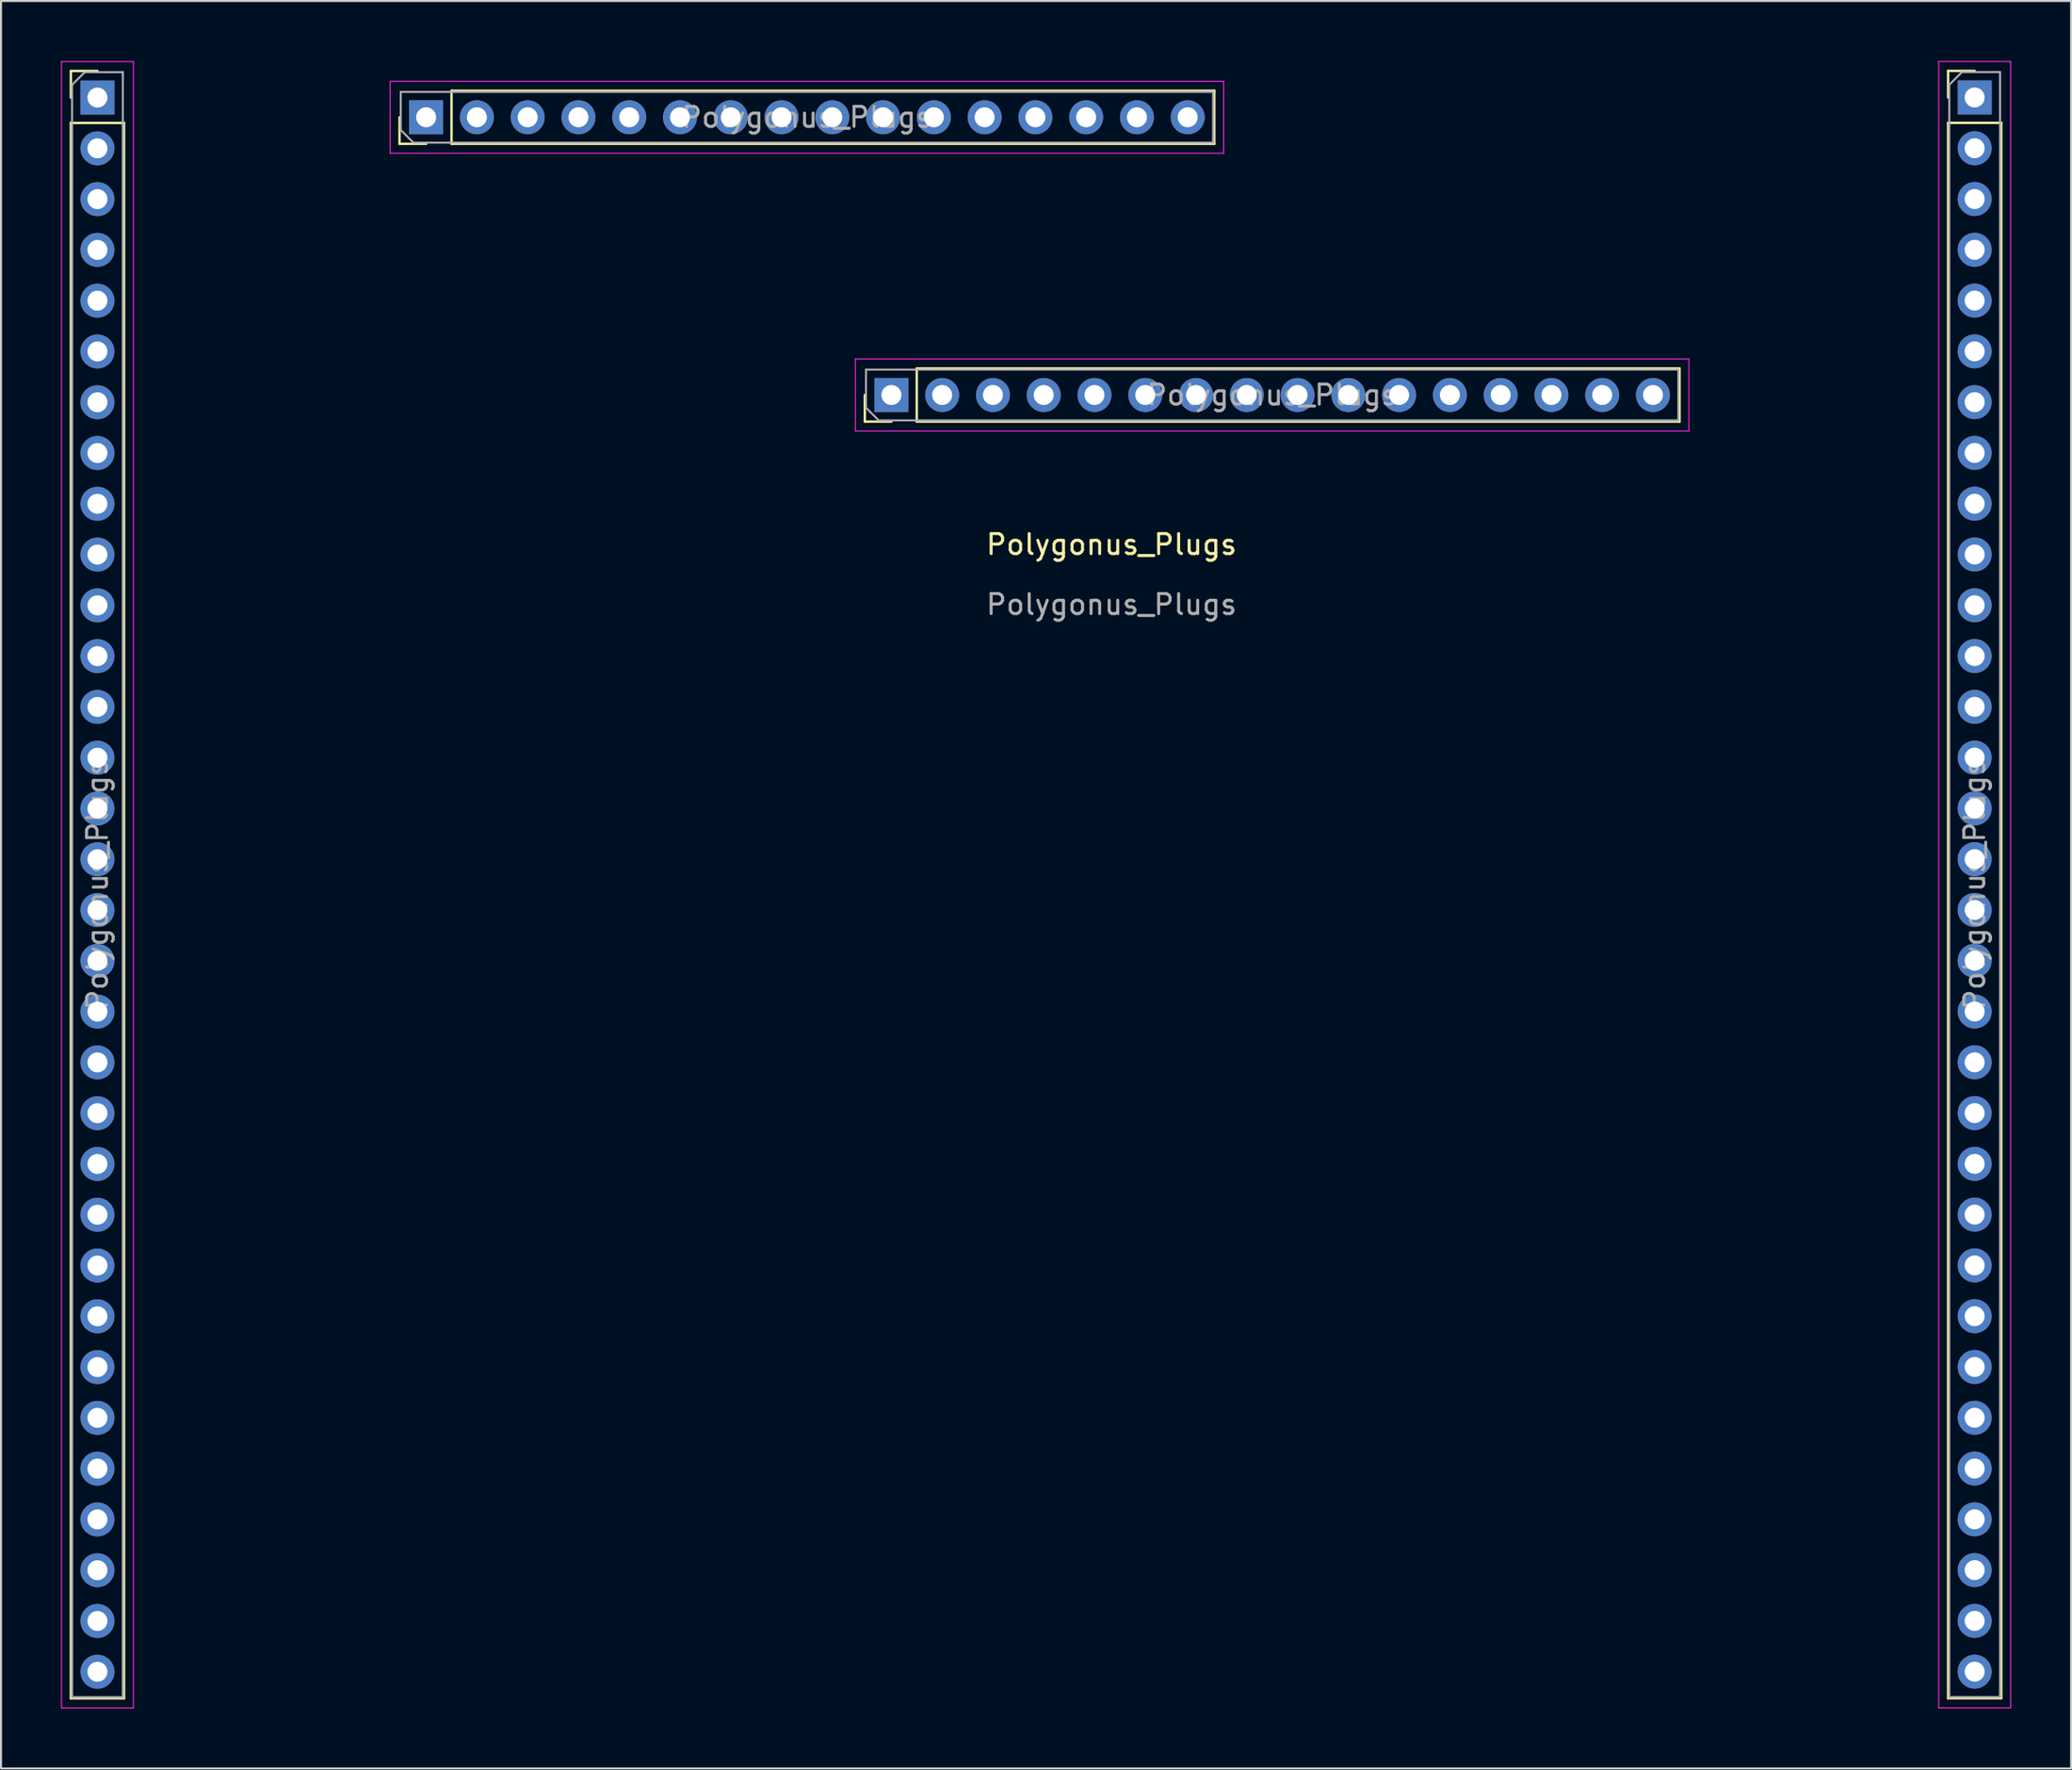
<source format=kicad_pcb>
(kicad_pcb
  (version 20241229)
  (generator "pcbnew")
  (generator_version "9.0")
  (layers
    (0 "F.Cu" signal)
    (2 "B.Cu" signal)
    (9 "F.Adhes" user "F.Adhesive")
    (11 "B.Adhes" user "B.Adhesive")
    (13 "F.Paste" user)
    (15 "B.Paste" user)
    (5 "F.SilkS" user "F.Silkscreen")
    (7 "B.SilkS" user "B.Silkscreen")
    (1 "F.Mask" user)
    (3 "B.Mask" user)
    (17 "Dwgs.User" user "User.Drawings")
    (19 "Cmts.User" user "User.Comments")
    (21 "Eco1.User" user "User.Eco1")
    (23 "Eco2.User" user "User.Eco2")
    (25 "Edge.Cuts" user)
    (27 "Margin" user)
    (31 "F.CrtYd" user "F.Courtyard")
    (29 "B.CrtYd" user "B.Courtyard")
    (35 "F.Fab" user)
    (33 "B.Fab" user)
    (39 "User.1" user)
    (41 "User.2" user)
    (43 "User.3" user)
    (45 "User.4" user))
  (footprint "Polygonus_Plugs"
    (layer "F.Cu")
    (at 52.558 24.685)
    (property "Reference" "Polygonus_Plugs" (at 0 -0.5 0) (unlocked yes) (layer "F.SilkS") (effects (font (size 1 1) (thickness 0.15))))
    (attr through_hole)
    (fp_line (start -52.063 -24.185) (end -50.733 -24.185) (stroke (width 0.12) (type solid)) (layer "F.SilkS"))
    (fp_line (start -52.063 -22.855) (end -52.063 -24.185) (stroke (width 0.12) (type solid)) (layer "F.SilkS"))
    (fp_line (start -52.063 -21.585) (end -52.063 57.215) (stroke (width 0.12) (type solid)) (layer "F.SilkS"))
    (fp_line (start -52.063 -21.585) (end -49.403 -21.585) (stroke (width 0.12) (type solid)) (layer "F.SilkS"))
    (fp_line (start -52.063 57.215) (end -49.403 57.215) (stroke (width 0.12) (type solid)) (layer "F.SilkS"))
    (fp_line (start -49.403 -21.585) (end -49.403 57.215) (stroke (width 0.12) (type solid)) (layer "F.SilkS"))
    (fp_line (start -35.62 -20.539) (end -35.62 -21.869) (stroke (width 0.12) (type solid)) (layer "F.SilkS"))
    (fp_line (start -34.29 -20.539) (end -35.62 -20.539) (stroke (width 0.12) (type solid)) (layer "F.SilkS"))
    (fp_line (start -33.02 -23.199) (end 5.14 -23.199) (stroke (width 0.12) (type solid)) (layer "F.SilkS"))
    (fp_line (start -33.02 -20.539) (end -33.02 -23.199) (stroke (width 0.12) (type solid)) (layer "F.SilkS"))
    (fp_line (start -33.02 -20.539) (end 5.14 -20.539) (stroke (width 0.12) (type solid)) (layer "F.SilkS"))
    (fp_line (start -12.344 -6.647) (end -12.344 -7.977) (stroke (width 0.12) (type solid)) (layer "F.SilkS"))
    (fp_line (start -11.014 -6.647) (end -12.344 -6.647) (stroke (width 0.12) (type solid)) (layer "F.SilkS"))
    (fp_line (start -9.744 -9.307) (end 28.416 -9.307) (stroke (width 0.12) (type solid)) (layer "F.SilkS"))
    (fp_line (start -9.744 -6.647) (end -9.744 -9.307) (stroke (width 0.12) (type solid)) (layer "F.SilkS"))
    (fp_line (start -9.744 -6.647) (end 28.416 -6.647) (stroke (width 0.12) (type solid)) (layer "F.SilkS"))
    (fp_line (start 5.14 -20.539) (end 5.14 -23.199) (stroke (width 0.12) (type solid)) (layer "F.SilkS"))
    (fp_line (start 28.416 -6.647) (end 28.416 -9.307) (stroke (width 0.12) (type solid)) (layer "F.SilkS"))
    (fp_line (start 41.85 -24.19) (end 43.18 -24.19) (stroke (width 0.12) (type solid)) (layer "F.SilkS"))
    (fp_line (start 41.85 -22.86) (end 41.85 -24.19) (stroke (width 0.12) (type solid)) (layer "F.SilkS"))
    (fp_line (start 41.85 -21.59) (end 41.85 57.21) (stroke (width 0.12) (type solid)) (layer "F.SilkS"))
    (fp_line (start 41.85 -21.59) (end 44.51 -21.59) (stroke (width 0.12) (type solid)) (layer "F.SilkS"))
    (fp_line (start 41.85 57.21) (end 44.51 57.21) (stroke (width 0.12) (type solid)) (layer "F.SilkS"))
    (fp_line (start 44.51 -21.59) (end 44.51 57.21) (stroke (width 0.12) (type solid)) (layer "F.SilkS"))
    (fp_line (start -52.533 -24.655) (end -52.533 57.695) (stroke (width 0.05) (type solid)) (layer "F.CrtYd"))
    (fp_line (start -52.533 57.695) (end -48.933 57.695) (stroke (width 0.05) (type solid)) (layer "F.CrtYd"))
    (fp_line (start -48.933 -24.655) (end -52.533 -24.655) (stroke (width 0.05) (type solid)) (layer "F.CrtYd"))
    (fp_line (start -48.933 57.695) (end -48.933 -24.655) (stroke (width 0.05) (type solid)) (layer "F.CrtYd"))
    (fp_line (start -36.09 -23.669) (end -36.09 -20.069) (stroke (width 0.05) (type solid)) (layer "F.CrtYd"))
    (fp_line (start -36.09 -20.069) (end 5.61 -20.069) (stroke (width 0.05) (type solid)) (layer "F.CrtYd"))
    (fp_line (start -12.814 -9.777) (end -12.814 -6.177) (stroke (width 0.05) (type solid)) (layer "F.CrtYd"))
    (fp_line (start -12.814 -6.177) (end 28.886 -6.177) (stroke (width 0.05) (type solid)) (layer "F.CrtYd"))
    (fp_line (start 5.61 -23.669) (end -36.09 -23.669) (stroke (width 0.05) (type solid)) (layer "F.CrtYd"))
    (fp_line (start 5.61 -20.069) (end 5.61 -23.669) (stroke (width 0.05) (type solid)) (layer "F.CrtYd"))
    (fp_line (start 28.886 -9.777) (end -12.814 -9.777) (stroke (width 0.05) (type solid)) (layer "F.CrtYd"))
    (fp_line (start 28.886 -6.177) (end 28.886 -9.777) (stroke (width 0.05) (type solid)) (layer "F.CrtYd"))
    (fp_line (start 41.38 -24.66) (end 41.38 57.69) (stroke (width 0.05) (type solid)) (layer "F.CrtYd"))
    (fp_line (start 41.38 57.69) (end 44.98 57.69) (stroke (width 0.05) (type solid)) (layer "F.CrtYd"))
    (fp_line (start 44.98 -24.66) (end 41.38 -24.66) (stroke (width 0.05) (type solid)) (layer "F.CrtYd"))
    (fp_line (start 44.98 57.69) (end 44.98 -24.66) (stroke (width 0.05) (type solid)) (layer "F.CrtYd"))
    (fp_line (start -52.003 -23.49) (end -51.368 -24.125) (stroke (width 0.1) (type solid)) (layer "F.Fab"))
    (fp_line (start -52.003 57.155) (end -52.003 -23.49) (stroke (width 0.1) (type solid)) (layer "F.Fab"))
    (fp_line (start -51.368 -24.125) (end -49.463 -24.125) (stroke (width 0.1) (type solid)) (layer "F.Fab"))
    (fp_line (start -49.463 -24.125) (end -49.463 57.155) (stroke (width 0.1) (type solid)) (layer "F.Fab"))
    (fp_line (start -49.463 57.155) (end -52.003 57.155) (stroke (width 0.1) (type solid)) (layer "F.Fab"))
    (fp_line (start -35.56 -23.139) (end 5.08 -23.139) (stroke (width 0.1) (type solid)) (layer "F.Fab"))
    (fp_line (start -35.56 -21.234) (end -35.56 -23.139) (stroke (width 0.1) (type solid)) (layer "F.Fab"))
    (fp_line (start -34.925 -20.599) (end -35.56 -21.234) (stroke (width 0.1) (type solid)) (layer "F.Fab"))
    (fp_line (start -12.284 -9.247) (end 28.356 -9.247) (stroke (width 0.1) (type solid)) (layer "F.Fab"))
    (fp_line (start -12.284 -7.342) (end -12.284 -9.247) (stroke (width 0.1) (type solid)) (layer "F.Fab"))
    (fp_line (start -11.649 -6.707) (end -12.284 -7.342) (stroke (width 0.1) (type solid)) (layer "F.Fab"))
    (fp_line (start 5.08 -23.139) (end 5.08 -20.599) (stroke (width 0.1) (type solid)) (layer "F.Fab"))
    (fp_line (start 5.08 -20.599) (end -34.925 -20.599) (stroke (width 0.1) (type solid)) (layer "F.Fab"))
    (fp_line (start 28.356 -9.247) (end 28.356 -6.707) (stroke (width 0.1) (type solid)) (layer "F.Fab"))
    (fp_line (start 28.356 -6.707) (end -11.649 -6.707) (stroke (width 0.1) (type solid)) (layer "F.Fab"))
    (fp_line (start 41.91 -23.495) (end 42.545 -24.13) (stroke (width 0.1) (type solid)) (layer "F.Fab"))
    (fp_line (start 41.91 57.15) (end 41.91 -23.495) (stroke (width 0.1) (type solid)) (layer "F.Fab"))
    (fp_line (start 42.545 -24.13) (end 44.45 -24.13) (stroke (width 0.1) (type solid)) (layer "F.Fab"))
    (fp_line (start 44.45 -24.13) (end 44.45 57.15) (stroke (width 0.1) (type solid)) (layer "F.Fab"))
    (fp_line (start 44.45 57.15) (end 41.91 57.15) (stroke (width 0.1) (type solid)) (layer "F.Fab"))
    (fp_text user "${REFERENCE}" (at 0 2.5 0) (unlocked yes) (layer "F.Fab") (effects (font (size 1 1) (thickness 0.15))))
    (fp_text user "${REFERENCE}" (at -15.24 -21.869 0) (layer "F.Fab") (effects (font (size 1 1) (thickness 0.15))))
    (fp_text user "${REFERENCE}" (at 8.036 -7.977 0) (layer "F.Fab") (effects (font (size 1 1) (thickness 0.15))))
    (fp_text user "${REFERENCE}" (at -50.733 16.515 90) (layer "F.Fab") (effects (font (size 1 1) (thickness 0.15))))
    (fp_text user "${REFERENCE}" (at 43.18 16.51 90) (layer "F.Fab") (effects (font (size 1 1) (thickness 0.15))))
    (pad "1" thru_hole rect (at -50.733 -22.855) (size 1.7 1.7) (drill 1) (layers "*.Cu" "*.Mask"))
    (pad "2" thru_hole oval (at -50.733 -20.315) (size 1.7 1.7) (drill 1) (layers "*.Cu" "*.Mask"))
    (pad "3" thru_hole oval (at -50.733 -17.775) (size 1.7 1.7) (drill 1) (layers "*.Cu" "*.Mask"))
    (pad "4" thru_hole oval (at -50.733 -15.235) (size 1.7 1.7) (drill 1) (layers "*.Cu" "*.Mask"))
    (pad "5" thru_hole oval (at -50.733 -12.695) (size 1.7 1.7) (drill 1) (layers "*.Cu" "*.Mask"))
    (pad "6" thru_hole oval (at -50.733 -10.155) (size 1.7 1.7) (drill 1) (layers "*.Cu" "*.Mask"))
    (pad "7" thru_hole oval (at -50.733 -7.615) (size 1.7 1.7) (drill 1) (layers "*.Cu" "*.Mask"))
    (pad "8" thru_hole oval (at -50.733 -5.075) (size 1.7 1.7) (drill 1) (layers "*.Cu" "*.Mask"))
    (pad "9" thru_hole oval (at -50.733 -2.535) (size 1.7 1.7) (drill 1) (layers "*.Cu" "*.Mask"))
    (pad "10" thru_hole oval (at -50.733 0.005) (size 1.7 1.7) (drill 1) (layers "*.Cu" "*.Mask"))
    (pad "11" thru_hole oval (at -50.733 2.545) (size 1.7 1.7) (drill 1) (layers "*.Cu" "*.Mask"))
    (pad "12" thru_hole oval (at -50.733 5.085) (size 1.7 1.7) (drill 1) (layers "*.Cu" "*.Mask"))
    (pad "13" thru_hole oval (at -50.733 7.625) (size 1.7 1.7) (drill 1) (layers "*.Cu" "*.Mask"))
    (pad "14" thru_hole oval (at -50.733 10.165) (size 1.7 1.7) (drill 1) (layers "*.Cu" "*.Mask"))
    (pad "15" thru_hole oval (at -50.733 12.705) (size 1.7 1.7) (drill 1) (layers "*.Cu" "*.Mask"))
    (pad "16" thru_hole oval (at -50.733 15.245) (size 1.7 1.7) (drill 1) (layers "*.Cu" "*.Mask"))
    (pad "17" thru_hole oval (at -50.733 17.785) (size 1.7 1.7) (drill 1) (layers "*.Cu" "*.Mask"))
    (pad "18" thru_hole oval (at -50.733 20.325) (size 1.7 1.7) (drill 1) (layers "*.Cu" "*.Mask"))
    (pad "19" thru_hole oval (at -50.733 22.865) (size 1.7 1.7) (drill 1) (layers "*.Cu" "*.Mask"))
    (pad "20" thru_hole oval (at -50.733 25.405) (size 1.7 1.7) (drill 1) (layers "*.Cu" "*.Mask"))
    (pad "21" thru_hole oval (at -50.733 27.945) (size 1.7 1.7) (drill 1) (layers "*.Cu" "*.Mask"))
    (pad "22" thru_hole oval (at -50.733 30.485) (size 1.7 1.7) (drill 1) (layers "*.Cu" "*.Mask"))
    (pad "23" thru_hole oval (at -50.733 33.025) (size 1.7 1.7) (drill 1) (layers "*.Cu" "*.Mask"))
    (pad "24" thru_hole oval (at -50.733 35.565) (size 1.7 1.7) (drill 1) (layers "*.Cu" "*.Mask"))
    (pad "25" thru_hole oval (at -50.733 38.105) (size 1.7 1.7) (drill 1) (layers "*.Cu" "*.Mask"))
    (pad "26" thru_hole oval (at -50.733 40.645) (size 1.7 1.7) (drill 1) (layers "*.Cu" "*.Mask"))
    (pad "27" thru_hole oval (at -50.733 43.185) (size 1.7 1.7) (drill 1) (layers "*.Cu" "*.Mask"))
    (pad "28" thru_hole oval (at -50.733 45.725) (size 1.7 1.7) (drill 1) (layers "*.Cu" "*.Mask"))
    (pad "29" thru_hole oval (at -50.733 48.265) (size 1.7 1.7) (drill 1) (layers "*.Cu" "*.Mask"))
    (pad "30" thru_hole oval (at -50.733 50.805) (size 1.7 1.7) (drill 1) (layers "*.Cu" "*.Mask"))
    (pad "31" thru_hole oval (at -50.733 53.345) (size 1.7 1.7) (drill 1) (layers "*.Cu" "*.Mask"))
    (pad "32" thru_hole oval (at -50.733 55.885) (size 1.7 1.7) (drill 1) (layers "*.Cu" "*.Mask"))
    (pad "33" thru_hole rect (at 43.18 -22.86) (size 1.7 1.7) (drill 1) (layers "*.Cu" "*.Mask"))
    (pad "34" thru_hole oval (at 43.18 -20.32) (size 1.7 1.7) (drill 1) (layers "*.Cu" "*.Mask"))
    (pad "35" thru_hole oval (at 43.18 -17.78) (size 1.7 1.7) (drill 1) (layers "*.Cu" "*.Mask"))
    (pad "36" thru_hole oval (at 43.18 -15.24) (size 1.7 1.7) (drill 1) (layers "*.Cu" "*.Mask"))
    (pad "37" thru_hole oval (at 43.18 -12.7) (size 1.7 1.7) (drill 1) (layers "*.Cu" "*.Mask"))
    (pad "38" thru_hole oval (at 43.18 -10.16) (size 1.7 1.7) (drill 1) (layers "*.Cu" "*.Mask"))
    (pad "39" thru_hole oval (at 43.18 -7.62) (size 1.7 1.7) (drill 1) (layers "*.Cu" "*.Mask"))
    (pad "40" thru_hole oval (at 43.18 -5.08) (size 1.7 1.7) (drill 1) (layers "*.Cu" "*.Mask"))
    (pad "41" thru_hole oval (at 43.18 -2.54) (size 1.7 1.7) (drill 1) (layers "*.Cu" "*.Mask"))
    (pad "42" thru_hole oval (at 43.18 0) (size 1.7 1.7) (drill 1) (layers "*.Cu" "*.Mask"))
    (pad "43" thru_hole oval (at 43.18 2.54) (size 1.7 1.7) (drill 1) (layers "*.Cu" "*.Mask"))
    (pad "44" thru_hole oval (at 43.18 5.08) (size 1.7 1.7) (drill 1) (layers "*.Cu" "*.Mask"))
    (pad "45" thru_hole oval (at 43.18 7.62) (size 1.7 1.7) (drill 1) (layers "*.Cu" "*.Mask"))
    (pad "46" thru_hole oval (at 43.18 10.16) (size 1.7 1.7) (drill 1) (layers "*.Cu" "*.Mask"))
    (pad "47" thru_hole oval (at 43.18 12.7) (size 1.7 1.7) (drill 1) (layers "*.Cu" "*.Mask"))
    (pad "48" thru_hole oval (at 43.18 15.24) (size 1.7 1.7) (drill 1) (layers "*.Cu" "*.Mask"))
    (pad "49" thru_hole oval (at 43.18 17.78) (size 1.7 1.7) (drill 1) (layers "*.Cu" "*.Mask"))
    (pad "50" thru_hole oval (at 43.18 20.32) (size 1.7 1.7) (drill 1) (layers "*.Cu" "*.Mask"))
    (pad "51" thru_hole oval (at 43.18 22.86) (size 1.7 1.7) (drill 1) (layers "*.Cu" "*.Mask"))
    (pad "52" thru_hole oval (at 43.18 25.4) (size 1.7 1.7) (drill 1) (layers "*.Cu" "*.Mask"))
    (pad "53" thru_hole oval (at 43.18 27.94) (size 1.7 1.7) (drill 1) (layers "*.Cu" "*.Mask"))
    (pad "54" thru_hole oval (at 43.18 30.48) (size 1.7 1.7) (drill 1) (layers "*.Cu" "*.Mask"))
    (pad "55" thru_hole oval (at 43.18 33.02) (size 1.7 1.7) (drill 1) (layers "*.Cu" "*.Mask"))
    (pad "56" thru_hole oval (at 43.18 35.56) (size 1.7 1.7) (drill 1) (layers "*.Cu" "*.Mask"))
    (pad "57" thru_hole oval (at 43.18 38.1) (size 1.7 1.7) (drill 1) (layers "*.Cu" "*.Mask"))
    (pad "58" thru_hole oval (at 43.18 40.64) (size 1.7 1.7) (drill 1) (layers "*.Cu" "*.Mask"))
    (pad "59" thru_hole oval (at 43.18 43.18) (size 1.7 1.7) (drill 1) (layers "*.Cu" "*.Mask"))
    (pad "60" thru_hole oval (at 43.18 45.72) (size 1.7 1.7) (drill 1) (layers "*.Cu" "*.Mask"))
    (pad "61" thru_hole oval (at 43.18 48.26) (size 1.7 1.7) (drill 1) (layers "*.Cu" "*.Mask"))
    (pad "62" thru_hole oval (at 43.18 50.8) (size 1.7 1.7) (drill 1) (layers "*.Cu" "*.Mask"))
    (pad "63" thru_hole oval (at 43.18 53.34) (size 1.7 1.7) (drill 1) (layers "*.Cu" "*.Mask"))
    (pad "64" thru_hole oval (at 43.18 55.88) (size 1.7 1.7) (drill 1) (layers "*.Cu" "*.Mask"))
    (pad "65" thru_hole rect (at -34.29 -21.869 90) (size 1.7 1.7) (drill 1) (layers "*.Cu" "*.Mask"))
    (pad "66" thru_hole oval (at -31.75 -21.869 90) (size 1.7 1.7) (drill 1) (layers "*.Cu" "*.Mask"))
    (pad "67" thru_hole oval (at -29.21 -21.869 90) (size 1.7 1.7) (drill 1) (layers "*.Cu" "*.Mask"))
    (pad "68" thru_hole oval (at -26.67 -21.869 90) (size 1.7 1.7) (drill 1) (layers "*.Cu" "*.Mask"))
    (pad "69" thru_hole oval (at -24.13 -21.869 90) (size 1.7 1.7) (drill 1) (layers "*.Cu" "*.Mask"))
    (pad "70" thru_hole oval (at -21.59 -21.869 90) (size 1.7 1.7) (drill 1) (layers "*.Cu" "*.Mask"))
    (pad "71" thru_hole oval (at -19.05 -21.869 90) (size 1.7 1.7) (drill 1) (layers "*.Cu" "*.Mask"))
    (pad "72" thru_hole oval (at -16.51 -21.869 90) (size 1.7 1.7) (drill 1) (layers "*.Cu" "*.Mask"))
    (pad "73" thru_hole oval (at -13.97 -21.869 90) (size 1.7 1.7) (drill 1) (layers "*.Cu" "*.Mask"))
    (pad "74" thru_hole oval (at -11.43 -21.869 90) (size 1.7 1.7) (drill 1) (layers "*.Cu" "*.Mask"))
    (pad "75" thru_hole oval (at -8.89 -21.869 90) (size 1.7 1.7) (drill 1) (layers "*.Cu" "*.Mask"))
    (pad "76" thru_hole oval (at -6.35 -21.869 90) (size 1.7 1.7) (drill 1) (layers "*.Cu" "*.Mask"))
    (pad "77" thru_hole oval (at -3.81 -21.869 90) (size 1.7 1.7) (drill 1) (layers "*.Cu" "*.Mask"))
    (pad "78" thru_hole oval (at -1.27 -21.869 90) (size 1.7 1.7) (drill 1) (layers "*.Cu" "*.Mask"))
    (pad "79" thru_hole oval (at 1.27 -21.869 90) (size 1.7 1.7) (drill 1) (layers "*.Cu" "*.Mask"))
    (pad "80" thru_hole oval (at 3.81 -21.869 90) (size 1.7 1.7) (drill 1) (layers "*.Cu" "*.Mask"))
    (pad "81" thru_hole rect (at -11.014 -7.977 90) (size 1.7 1.7) (drill 1) (layers "*.Cu" "*.Mask"))
    (pad "82" thru_hole oval (at -8.474 -7.977 90) (size 1.7 1.7) (drill 1) (layers "*.Cu" "*.Mask"))
    (pad "83" thru_hole oval (at -5.934 -7.977 90) (size 1.7 1.7) (drill 1) (layers "*.Cu" "*.Mask"))
    (pad "84" thru_hole oval (at -3.394 -7.977 90) (size 1.7 1.7) (drill 1) (layers "*.Cu" "*.Mask"))
    (pad "85" thru_hole oval (at -0.854 -7.977 90) (size 1.7 1.7) (drill 1) (layers "*.Cu" "*.Mask"))
    (pad "86" thru_hole oval (at 1.686 -7.977 90) (size 1.7 1.7) (drill 1) (layers "*.Cu" "*.Mask"))
    (pad "87" thru_hole oval (at 4.226 -7.977 90) (size 1.7 1.7) (drill 1) (layers "*.Cu" "*.Mask"))
    (pad "88" thru_hole oval (at 6.766 -7.977 90) (size 1.7 1.7) (drill 1) (layers "*.Cu" "*.Mask"))
    (pad "89" thru_hole oval (at 9.306 -7.977 90) (size 1.7 1.7) (drill 1) (layers "*.Cu" "*.Mask"))
    (pad "90" thru_hole oval (at 11.846 -7.977 90) (size 1.7 1.7) (drill 1) (layers "*.Cu" "*.Mask"))
    (pad "91" thru_hole oval (at 14.386 -7.977 90) (size 1.7 1.7) (drill 1) (layers "*.Cu" "*.Mask"))
    (pad "92" thru_hole oval (at 16.926 -7.977 90) (size 1.7 1.7) (drill 1) (layers "*.Cu" "*.Mask"))
    (pad "93" thru_hole oval (at 19.466 -7.977 90) (size 1.7 1.7) (drill 1) (layers "*.Cu" "*.Mask"))
    (pad "94" thru_hole oval (at 22.006 -7.977 90) (size 1.7 1.7) (drill 1) (layers "*.Cu" "*.Mask"))
    (pad "95" thru_hole oval (at 24.546 -7.977 90) (size 1.7 1.7) (drill 1) (layers "*.Cu" "*.Mask"))
    (pad "96" thru_hole oval (at 27.086 -7.977 90) (size 1.7 1.7) (drill 1) (layers "*.Cu" "*.Mask")))
  (gr_rect
    (start -3 -3)
    (end 100.563 85.405)
    (stroke (width 0.1) (type default))
    (fill no)
    (layer "Edge.Cuts")))
</source>
